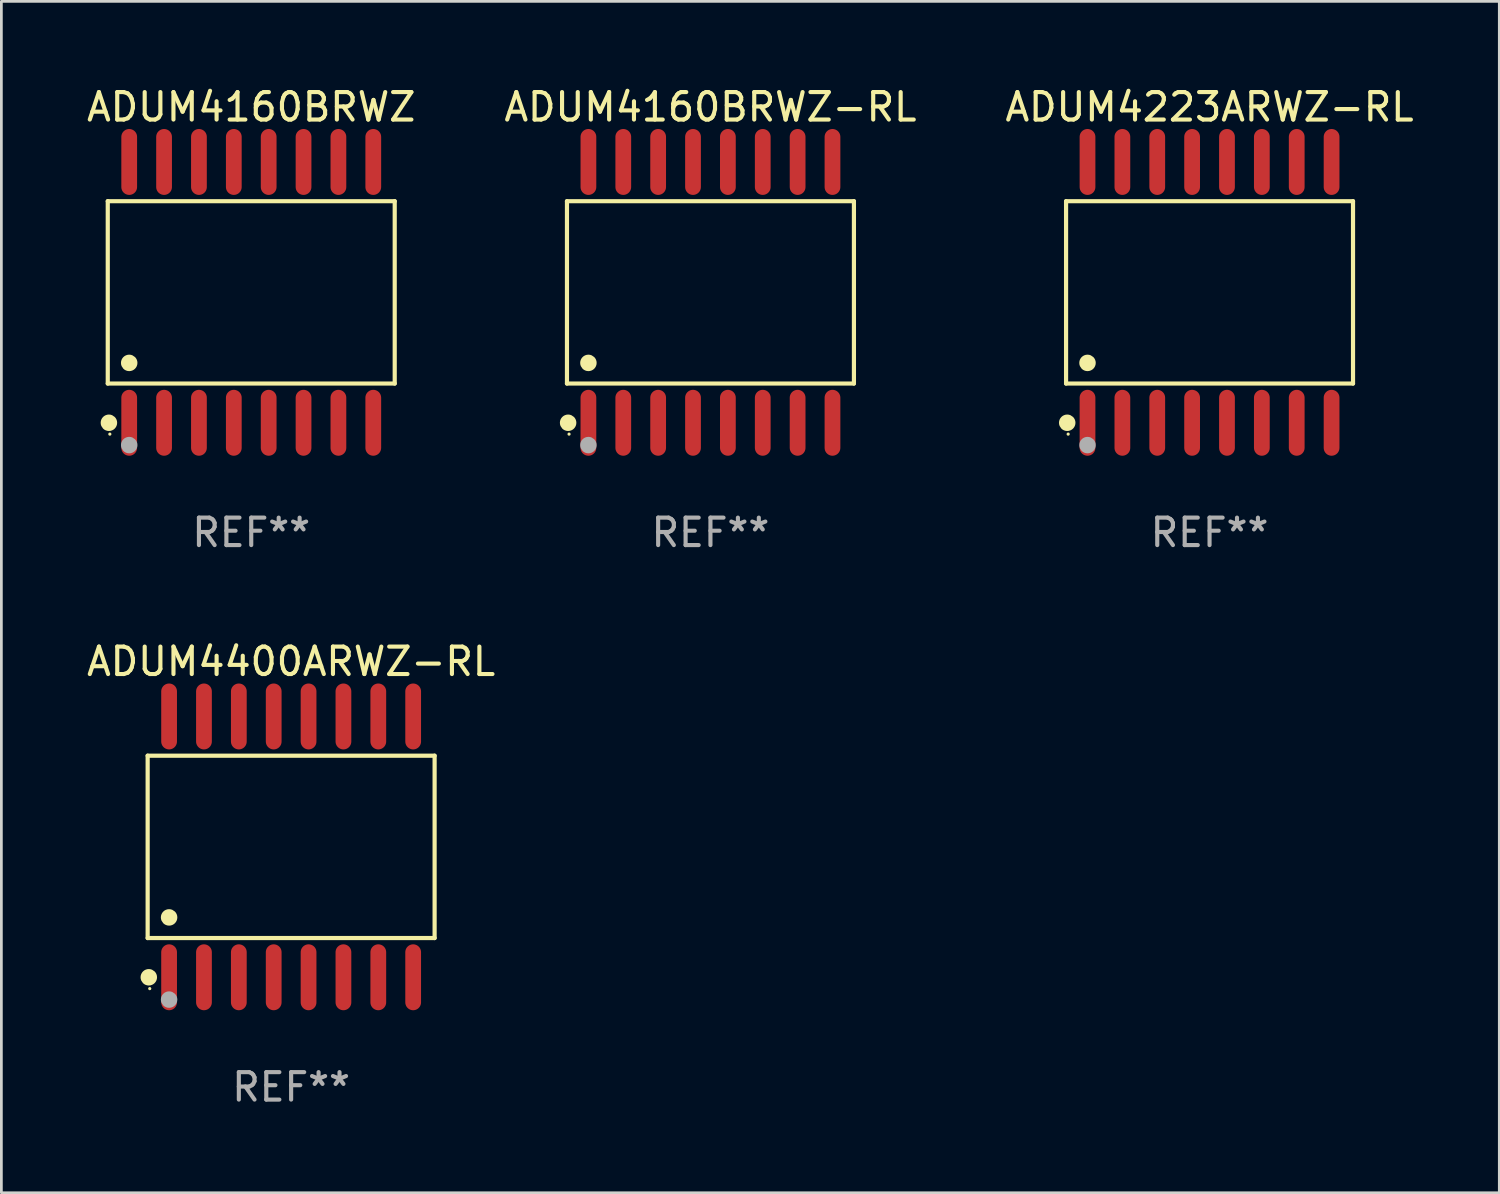
<source format=kicad_pcb>
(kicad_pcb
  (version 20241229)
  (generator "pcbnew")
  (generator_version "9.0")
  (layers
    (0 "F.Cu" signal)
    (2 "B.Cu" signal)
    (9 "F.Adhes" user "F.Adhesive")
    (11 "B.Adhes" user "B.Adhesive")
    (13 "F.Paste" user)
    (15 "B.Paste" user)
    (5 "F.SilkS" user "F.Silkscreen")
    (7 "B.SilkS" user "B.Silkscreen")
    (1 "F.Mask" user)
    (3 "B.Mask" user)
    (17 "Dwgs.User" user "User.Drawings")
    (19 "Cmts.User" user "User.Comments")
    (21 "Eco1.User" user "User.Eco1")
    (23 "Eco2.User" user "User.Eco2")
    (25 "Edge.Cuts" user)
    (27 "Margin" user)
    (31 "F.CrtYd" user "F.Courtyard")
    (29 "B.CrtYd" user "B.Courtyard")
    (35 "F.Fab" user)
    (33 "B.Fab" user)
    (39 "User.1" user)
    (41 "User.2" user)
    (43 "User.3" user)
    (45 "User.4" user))
  (footprint "ADUM4160BRWZ-RL"
    (layer "F.Cu")
    (at 22.827 7.599)
    (property "Reference" "ADUM4160BRWZ-RL" (at 0 -6.75 0) (layer "F.SilkS") (effects (font (size 1 1) (thickness 0.15))))
    (attr through_hole)
    (fp_line (start -5.226 -3.321) (end 5.226 -3.321) (stroke (width 0.152) (type solid)) (layer "F.SilkS"))
    (fp_line (start -5.226 3.321) (end -5.226 -3.321) (stroke (width 0.152) (type solid)) (layer "F.SilkS"))
    (fp_line (start 5.226 -3.321) (end 5.226 3.321) (stroke (width 0.152) (type solid)) (layer "F.SilkS"))
    (fp_line (start 5.226 3.321) (end -5.226 3.321) (stroke (width 0.152) (type solid)) (layer "F.SilkS"))
    (fp_circle (center -5.184 4.75) (end -5.034 4.75) (stroke (width 0.3) (type solid)) (fill no) (layer "F.SilkS"))
    (fp_circle (center -5.15 5.163) (end -5.12 5.163) (stroke (width 0.06) (type solid)) (fill no) (layer "F.SilkS"))
    (fp_circle (center -4.445 2.569) (end -4.295 2.569) (stroke (width 0.3) (type solid)) (fill no) (layer "F.SilkS"))
    (fp_circle (center -4.445 5.563) (end -4.295 5.563) (stroke (width 0.3) (type solid)) (fill no) (layer "F.Fab"))
    (fp_text user "REF**" (at 0 8.75 0) (layer "F.Fab") (effects (font (size 1 1) (thickness 0.15))))
    (pad "1" smd oval (at -4.445 4.75) (size 0.574 2.401) (layers "F.Cu" "F.Mask" "F.Paste"))
    (pad "2" smd oval (at -3.175 4.75) (size 0.574 2.401) (layers "F.Cu" "F.Mask" "F.Paste"))
    (pad "3" smd oval (at -1.905 4.75) (size 0.574 2.401) (layers "F.Cu" "F.Mask" "F.Paste"))
    (pad "4" smd oval (at -0.635 4.75) (size 0.574 2.401) (layers "F.Cu" "F.Mask" "F.Paste"))
    (pad "5" smd oval (at 0.635 4.75) (size 0.574 2.401) (layers "F.Cu" "F.Mask" "F.Paste"))
    (pad "6" smd oval (at 1.905 4.75) (size 0.574 2.401) (layers "F.Cu" "F.Mask" "F.Paste"))
    (pad "7" smd oval (at 3.175 4.75) (size 0.574 2.401) (layers "F.Cu" "F.Mask" "F.Paste"))
    (pad "8" smd oval (at 4.445 4.75) (size 0.574 2.401) (layers "F.Cu" "F.Mask" "F.Paste"))
    (pad "9" smd oval (at 4.445 -4.75) (size 0.574 2.401) (layers "F.Cu" "F.Mask" "F.Paste"))
    (pad "10" smd oval (at 3.175 -4.75) (size 0.574 2.401) (layers "F.Cu" "F.Mask" "F.Paste"))
    (pad "11" smd oval (at 1.905 -4.75) (size 0.574 2.401) (layers "F.Cu" "F.Mask" "F.Paste"))
    (pad "12" smd oval (at 0.635 -4.75) (size 0.574 2.401) (layers "F.Cu" "F.Mask" "F.Paste"))
    (pad "13" smd oval (at -0.635 -4.75) (size 0.574 2.401) (layers "F.Cu" "F.Mask" "F.Paste"))
    (pad "14" smd oval (at -1.905 -4.75) (size 0.574 2.401) (layers "F.Cu" "F.Mask" "F.Paste"))
    (pad "15" smd oval (at -3.175 -4.75) (size 0.574 2.401) (layers "F.Cu" "F.Mask" "F.Paste"))
    (pad "16" smd oval (at -4.445 -4.75) (size 0.574 2.401) (layers "F.Cu" "F.Mask" "F.Paste")))
  (footprint "ADUM4223ARWZ-RL"
    (layer "F.Cu")
    (at 41.006 7.599)
    (property "Reference" "ADUM4223ARWZ-RL" (at 0 -6.75 0) (layer "F.SilkS") (effects (font (size 1 1) (thickness 0.15))))
    (attr through_hole)
    (fp_line (start -5.226 -3.321) (end 5.226 -3.321) (stroke (width 0.152) (type solid)) (layer "F.SilkS"))
    (fp_line (start -5.226 3.321) (end -5.226 -3.321) (stroke (width 0.152) (type solid)) (layer "F.SilkS"))
    (fp_line (start 5.226 -3.321) (end 5.226 3.321) (stroke (width 0.152) (type solid)) (layer "F.SilkS"))
    (fp_line (start 5.226 3.321) (end -5.226 3.321) (stroke (width 0.152) (type solid)) (layer "F.SilkS"))
    (fp_circle (center -5.184 4.75) (end -5.034 4.75) (stroke (width 0.3) (type solid)) (fill no) (layer "F.SilkS"))
    (fp_circle (center -5.15 5.163) (end -5.12 5.163) (stroke (width 0.06) (type solid)) (fill no) (layer "F.SilkS"))
    (fp_circle (center -4.445 2.569) (end -4.295 2.569) (stroke (width 0.3) (type solid)) (fill no) (layer "F.SilkS"))
    (fp_circle (center -4.445 5.563) (end -4.295 5.563) (stroke (width 0.3) (type solid)) (fill no) (layer "F.Fab"))
    (fp_text user "REF**" (at 0 8.75 0) (layer "F.Fab") (effects (font (size 1 1) (thickness 0.15))))
    (pad "1" smd oval (at -4.445 4.75) (size 0.574 2.401) (layers "F.Cu" "F.Mask" "F.Paste"))
    (pad "2" smd oval (at -3.175 4.75) (size 0.574 2.401) (layers "F.Cu" "F.Mask" "F.Paste"))
    (pad "3" smd oval (at -1.905 4.75) (size 0.574 2.401) (layers "F.Cu" "F.Mask" "F.Paste"))
    (pad "4" smd oval (at -0.635 4.75) (size 0.574 2.401) (layers "F.Cu" "F.Mask" "F.Paste"))
    (pad "5" smd oval (at 0.635 4.75) (size 0.574 2.401) (layers "F.Cu" "F.Mask" "F.Paste"))
    (pad "6" smd oval (at 1.905 4.75) (size 0.574 2.401) (layers "F.Cu" "F.Mask" "F.Paste"))
    (pad "7" smd oval (at 3.175 4.75) (size 0.574 2.401) (layers "F.Cu" "F.Mask" "F.Paste"))
    (pad "8" smd oval (at 4.445 4.75) (size 0.574 2.401) (layers "F.Cu" "F.Mask" "F.Paste"))
    (pad "9" smd oval (at 4.445 -4.75) (size 0.574 2.401) (layers "F.Cu" "F.Mask" "F.Paste"))
    (pad "10" smd oval (at 3.175 -4.75) (size 0.574 2.401) (layers "F.Cu" "F.Mask" "F.Paste"))
    (pad "11" smd oval (at 1.905 -4.75) (size 0.574 2.401) (layers "F.Cu" "F.Mask" "F.Paste"))
    (pad "12" smd oval (at 0.635 -4.75) (size 0.574 2.401) (layers "F.Cu" "F.Mask" "F.Paste"))
    (pad "13" smd oval (at -0.635 -4.75) (size 0.574 2.401) (layers "F.Cu" "F.Mask" "F.Paste"))
    (pad "14" smd oval (at -1.905 -4.75) (size 0.574 2.401) (layers "F.Cu" "F.Mask" "F.Paste"))
    (pad "15" smd oval (at -3.175 -4.75) (size 0.574 2.401) (layers "F.Cu" "F.Mask" "F.Paste"))
    (pad "16" smd oval (at -4.445 -4.75) (size 0.574 2.401) (layers "F.Cu" "F.Mask" "F.Paste")))
  (footprint "ADUM4400ARWZ-RL"
    (layer "F.Cu")
    (at 7.554 27.796)
    (property "Reference" "ADUM4400ARWZ-RL" (at 0 -6.75 0) (layer "F.SilkS") (effects (font (size 1 1) (thickness 0.15))))
    (attr through_hole)
    (fp_line (start -5.226 -3.321) (end 5.226 -3.321) (stroke (width 0.152) (type solid)) (layer "F.SilkS"))
    (fp_line (start -5.226 3.321) (end -5.226 -3.321) (stroke (width 0.152) (type solid)) (layer "F.SilkS"))
    (fp_line (start 5.226 -3.321) (end 5.226 3.321) (stroke (width 0.152) (type solid)) (layer "F.SilkS"))
    (fp_line (start 5.226 3.321) (end -5.226 3.321) (stroke (width 0.152) (type solid)) (layer "F.SilkS"))
    (fp_circle (center -5.184 4.75) (end -5.034 4.75) (stroke (width 0.3) (type solid)) (fill no) (layer "F.SilkS"))
    (fp_circle (center -5.15 5.163) (end -5.12 5.163) (stroke (width 0.06) (type solid)) (fill no) (layer "F.SilkS"))
    (fp_circle (center -4.445 2.569) (end -4.295 2.569) (stroke (width 0.3) (type solid)) (fill no) (layer "F.SilkS"))
    (fp_circle (center -4.445 5.563) (end -4.295 5.563) (stroke (width 0.3) (type solid)) (fill no) (layer "F.Fab"))
    (fp_text user "REF**" (at 0 8.75 0) (layer "F.Fab") (effects (font (size 1 1) (thickness 0.15))))
    (pad "1" smd oval (at -4.445 4.75) (size 0.574 2.401) (layers "F.Cu" "F.Mask" "F.Paste"))
    (pad "2" smd oval (at -3.175 4.75) (size 0.574 2.401) (layers "F.Cu" "F.Mask" "F.Paste"))
    (pad "3" smd oval (at -1.905 4.75) (size 0.574 2.401) (layers "F.Cu" "F.Mask" "F.Paste"))
    (pad "4" smd oval (at -0.635 4.75) (size 0.574 2.401) (layers "F.Cu" "F.Mask" "F.Paste"))
    (pad "5" smd oval (at 0.635 4.75) (size 0.574 2.401) (layers "F.Cu" "F.Mask" "F.Paste"))
    (pad "6" smd oval (at 1.905 4.75) (size 0.574 2.401) (layers "F.Cu" "F.Mask" "F.Paste"))
    (pad "7" smd oval (at 3.175 4.75) (size 0.574 2.401) (layers "F.Cu" "F.Mask" "F.Paste"))
    (pad "8" smd oval (at 4.445 4.75) (size 0.574 2.401) (layers "F.Cu" "F.Mask" "F.Paste"))
    (pad "9" smd oval (at 4.445 -4.75) (size 0.574 2.401) (layers "F.Cu" "F.Mask" "F.Paste"))
    (pad "10" smd oval (at 3.175 -4.75) (size 0.574 2.401) (layers "F.Cu" "F.Mask" "F.Paste"))
    (pad "11" smd oval (at 1.905 -4.75) (size 0.574 2.401) (layers "F.Cu" "F.Mask" "F.Paste"))
    (pad "12" smd oval (at 0.635 -4.75) (size 0.574 2.401) (layers "F.Cu" "F.Mask" "F.Paste"))
    (pad "13" smd oval (at -0.635 -4.75) (size 0.574 2.401) (layers "F.Cu" "F.Mask" "F.Paste"))
    (pad "14" smd oval (at -1.905 -4.75) (size 0.574 2.401) (layers "F.Cu" "F.Mask" "F.Paste"))
    (pad "15" smd oval (at -3.175 -4.75) (size 0.574 2.401) (layers "F.Cu" "F.Mask" "F.Paste"))
    (pad "16" smd oval (at -4.445 -4.75) (size 0.574 2.401) (layers "F.Cu" "F.Mask" "F.Paste")))
  (footprint "ADUM4160BRWZ"
    (layer "F.Cu")
    (at 6.101 7.599)
    (property "Reference" "ADUM4160BRWZ" (at 0 -6.75 0) (layer "F.SilkS") (effects (font (size 1 1) (thickness 0.15))))
    (attr through_hole)
    (fp_line (start -5.226 -3.321) (end 5.226 -3.321) (stroke (width 0.152) (type solid)) (layer "F.SilkS"))
    (fp_line (start -5.226 3.321) (end -5.226 -3.321) (stroke (width 0.152) (type solid)) (layer "F.SilkS"))
    (fp_line (start 5.226 -3.321) (end 5.226 3.321) (stroke (width 0.152) (type solid)) (layer "F.SilkS"))
    (fp_line (start 5.226 3.321) (end -5.226 3.321) (stroke (width 0.152) (type solid)) (layer "F.SilkS"))
    (fp_circle (center -5.184 4.75) (end -5.034 4.75) (stroke (width 0.3) (type solid)) (fill no) (layer "F.SilkS"))
    (fp_circle (center -5.15 5.163) (end -5.12 5.163) (stroke (width 0.06) (type solid)) (fill no) (layer "F.SilkS"))
    (fp_circle (center -4.445 2.569) (end -4.295 2.569) (stroke (width 0.3) (type solid)) (fill no) (layer "F.SilkS"))
    (fp_circle (center -4.445 5.563) (end -4.295 5.563) (stroke (width 0.3) (type solid)) (fill no) (layer "F.Fab"))
    (fp_text user "REF**" (at 0 8.75 0) (layer "F.Fab") (effects (font (size 1 1) (thickness 0.15))))
    (pad "1" smd oval (at -4.445 4.75) (size 0.574 2.401) (layers "F.Cu" "F.Mask" "F.Paste"))
    (pad "2" smd oval (at -3.175 4.75) (size 0.574 2.401) (layers "F.Cu" "F.Mask" "F.Paste"))
    (pad "3" smd oval (at -1.905 4.75) (size 0.574 2.401) (layers "F.Cu" "F.Mask" "F.Paste"))
    (pad "4" smd oval (at -0.635 4.75) (size 0.574 2.401) (layers "F.Cu" "F.Mask" "F.Paste"))
    (pad "5" smd oval (at 0.635 4.75) (size 0.574 2.401) (layers "F.Cu" "F.Mask" "F.Paste"))
    (pad "6" smd oval (at 1.905 4.75) (size 0.574 2.401) (layers "F.Cu" "F.Mask" "F.Paste"))
    (pad "7" smd oval (at 3.175 4.75) (size 0.574 2.401) (layers "F.Cu" "F.Mask" "F.Paste"))
    (pad "8" smd oval (at 4.445 4.75) (size 0.574 2.401) (layers "F.Cu" "F.Mask" "F.Paste"))
    (pad "9" smd oval (at 4.445 -4.75) (size 0.574 2.401) (layers "F.Cu" "F.Mask" "F.Paste"))
    (pad "10" smd oval (at 3.175 -4.75) (size 0.574 2.401) (layers "F.Cu" "F.Mask" "F.Paste"))
    (pad "11" smd oval (at 1.905 -4.75) (size 0.574 2.401) (layers "F.Cu" "F.Mask" "F.Paste"))
    (pad "12" smd oval (at 0.635 -4.75) (size 0.574 2.401) (layers "F.Cu" "F.Mask" "F.Paste"))
    (pad "13" smd oval (at -0.635 -4.75) (size 0.574 2.401) (layers "F.Cu" "F.Mask" "F.Paste"))
    (pad "14" smd oval (at -1.905 -4.75) (size 0.574 2.401) (layers "F.Cu" "F.Mask" "F.Paste"))
    (pad "15" smd oval (at -3.175 -4.75) (size 0.574 2.401) (layers "F.Cu" "F.Mask" "F.Paste"))
    (pad "16" smd oval (at -4.445 -4.75) (size 0.574 2.401) (layers "F.Cu" "F.Mask" "F.Paste")))
  (gr_rect
    (start -3 -3)
    (end 51.56 40.394)
    (stroke (width 0.1) (type default))
    (fill no)
    (layer "Edge.Cuts")))
</source>
